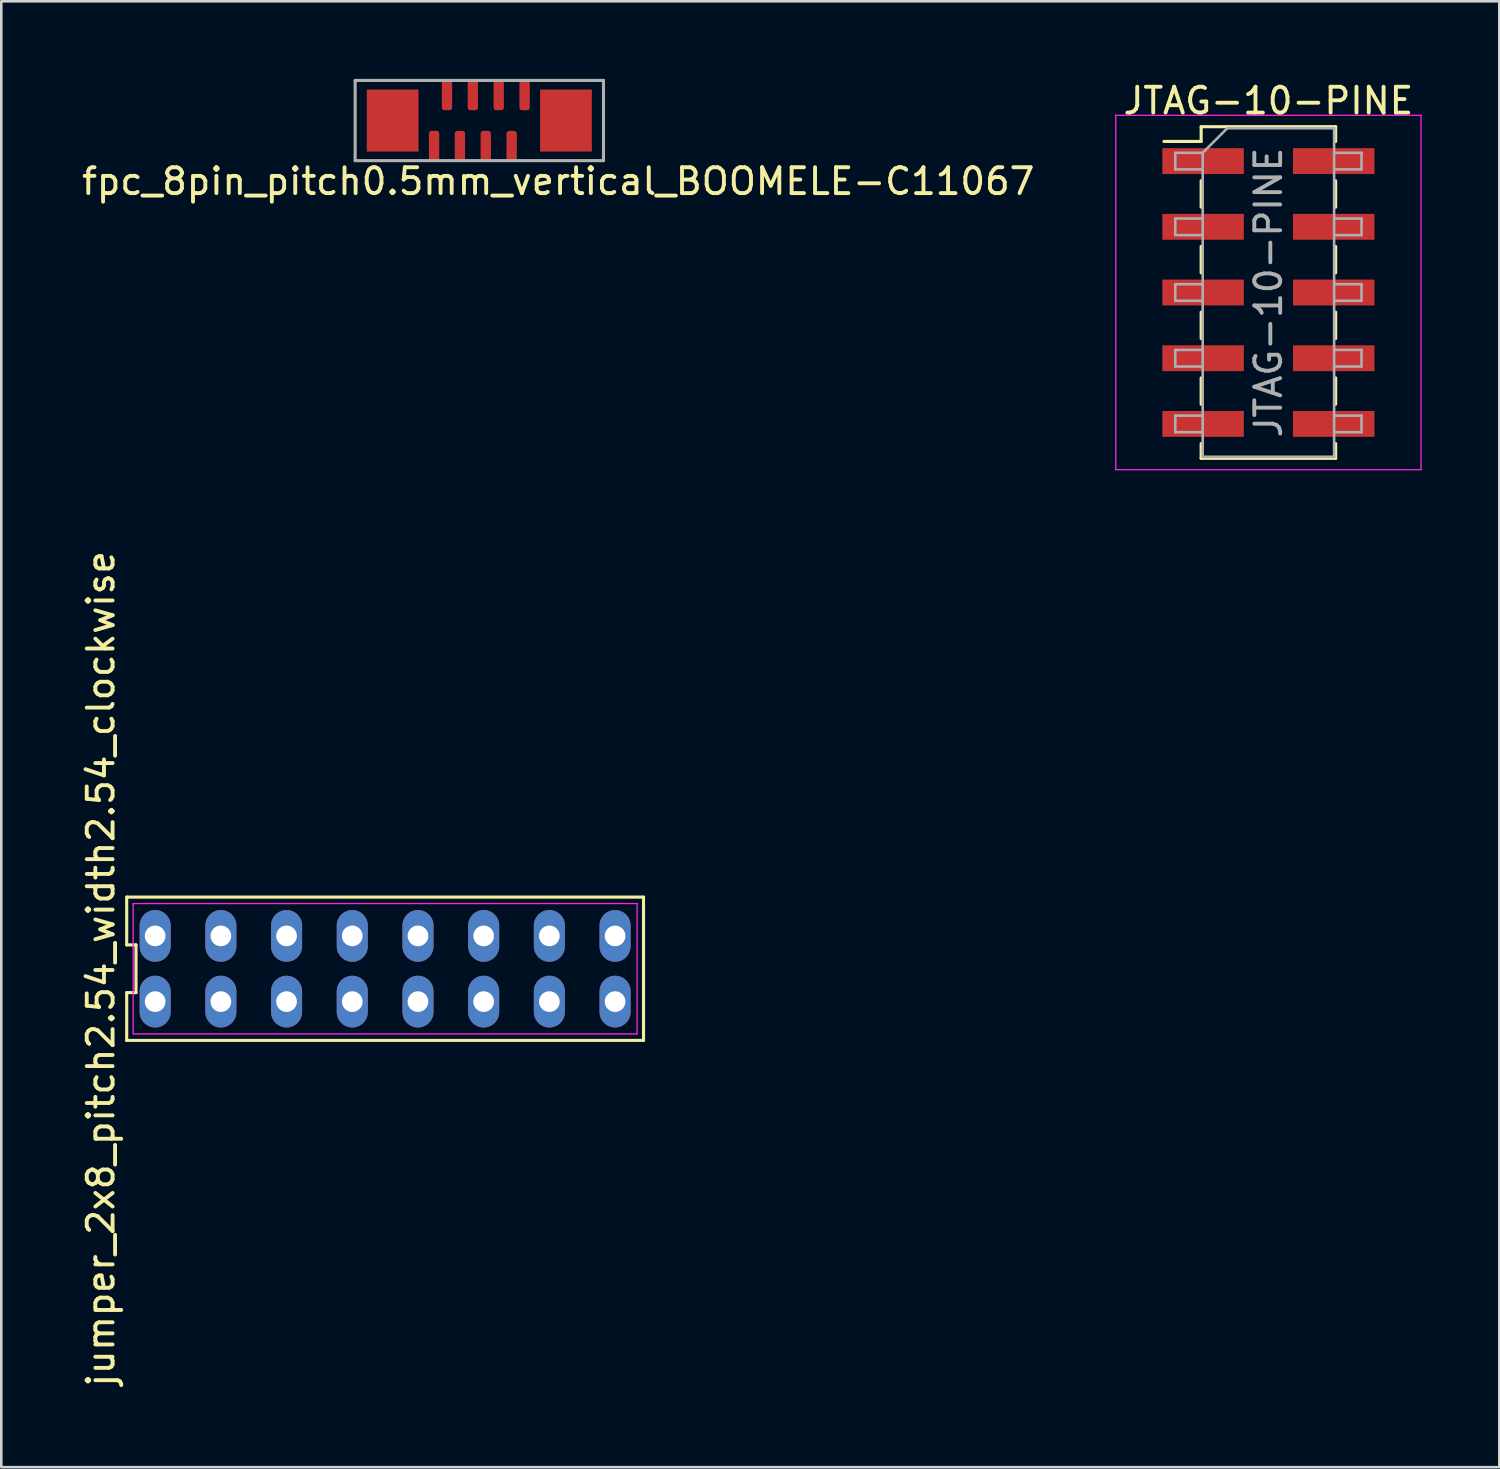
<source format=kicad_pcb>
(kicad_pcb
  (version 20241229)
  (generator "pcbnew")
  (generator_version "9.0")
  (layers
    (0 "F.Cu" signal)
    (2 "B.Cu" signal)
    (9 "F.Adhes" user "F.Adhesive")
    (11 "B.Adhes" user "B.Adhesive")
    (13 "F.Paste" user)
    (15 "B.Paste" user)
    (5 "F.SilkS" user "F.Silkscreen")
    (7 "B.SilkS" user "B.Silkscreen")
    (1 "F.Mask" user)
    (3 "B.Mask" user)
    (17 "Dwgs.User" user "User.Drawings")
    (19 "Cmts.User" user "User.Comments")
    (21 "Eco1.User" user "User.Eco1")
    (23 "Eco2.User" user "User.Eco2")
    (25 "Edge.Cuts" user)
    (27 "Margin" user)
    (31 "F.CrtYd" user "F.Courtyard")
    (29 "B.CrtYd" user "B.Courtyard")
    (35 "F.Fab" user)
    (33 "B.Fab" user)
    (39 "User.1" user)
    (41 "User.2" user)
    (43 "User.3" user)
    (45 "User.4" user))
  (footprint "fpc_8pin_pitch0.5mm_vertical_BOOMELE-C11067"
    (layer "F.Cu")
    (at 15.48 1.66)
    (property "Reference" "fpc_8pin_pitch0.5mm_vertical_BOOMELE-C11067" (at 3.05 2.3 0) (layer "F.SilkS") (effects (font (size 1 1) (thickness 0.15))))
    (attr smd)
    (fp_line (start -4.8 1.5) (end -4.8 -1.6) (stroke (width 0.12) (type solid)) (layer "F.Fab"))
    (fp_line (start 4.8 -1.6) (end -4.8 -1.6) (stroke (width 0.12) (type solid)) (layer "F.Fab"))
    (fp_line (start 4.8 -1.6) (end 4.8 1.5) (stroke (width 0.12) (type solid)) (layer "F.Fab"))
    (fp_line (start 4.8 1.5) (end -4.8 1.5) (stroke (width 0.12) (type solid)) (layer "F.Fab"))
    (pad "" smd rect (at -2.35 -0.05 180) (size 2 2.4) (drill (offset 1 0)) (layers "F.Cu" "F.Mask" "F.Paste"))
    (pad "" smd rect (at 2.35 -0.05) (size 2 2.4) (drill (offset 1 0)) (layers "F.Cu" "F.Mask" "F.Paste"))
    (pad "1" smd roundrect (at -1.75 0.925 180) (size 0.4 1.15) (layers "F.Cu" "F.Mask" "F.Paste") (roundrect_rratio 0.25))
    (pad "2" smd roundrect (at -1.25 -1.025 180) (size 0.4 1.15) (layers "F.Cu" "F.Mask" "F.Paste") (roundrect_rratio 0.25))
    (pad "3" smd roundrect (at -0.75 0.925 180) (size 0.4 1.15) (layers "F.Cu" "F.Mask" "F.Paste") (roundrect_rratio 0.25))
    (pad "4" smd roundrect (at -0.25 -1.025 180) (size 0.4 1.15) (layers "F.Cu" "F.Mask" "F.Paste") (roundrect_rratio 0.25))
    (pad "5" smd roundrect (at 0.25 0.925 180) (size 0.4 1.15) (layers "F.Cu" "F.Mask" "F.Paste") (roundrect_rratio 0.25))
    (pad "6" smd roundrect (at 0.75 -1.025 180) (size 0.4 1.15) (layers "F.Cu" "F.Mask" "F.Paste") (roundrect_rratio 0.25))
    (pad "7" smd roundrect (at 1.25 0.925 180) (size 0.4 1.15) (layers "F.Cu" "F.Mask" "F.Paste") (roundrect_rratio 0.25))
    (pad "8" smd roundrect (at 1.75 -1.025 180) (size 0.4 1.15) (layers "F.Cu" "F.Mask" "F.Paste") (roundrect_rratio 0.25)))
  (footprint "JTAG-10-PINE"
    (layer "F.Cu")
    (at 45.985 8.258)
    (property "Reference" "JTAG-10-PINE" (at 0 -7.41 0) (layer "F.SilkS") (effects (font (size 1 1) (thickness 0.15))))
    (attr smd)
    (fp_line (start -4.04 -5.84) (end -2.6 -5.84) (stroke (width 0.12) (type solid)) (layer "F.SilkS"))
    (fp_line (start -2.6 -6.41) (end -2.6 -5.84) (stroke (width 0.12) (type solid)) (layer "F.SilkS"))
    (fp_line (start -2.6 -6.41) (end 2.6 -6.41) (stroke (width 0.12) (type solid)) (layer "F.SilkS"))
    (fp_line (start -2.6 -4.32) (end -2.6 -3.3) (stroke (width 0.12) (type solid)) (layer "F.SilkS"))
    (fp_line (start -2.6 -1.78) (end -2.6 -0.76) (stroke (width 0.12) (type solid)) (layer "F.SilkS"))
    (fp_line (start -2.6 0.76) (end -2.6 1.78) (stroke (width 0.12) (type solid)) (layer "F.SilkS"))
    (fp_line (start -2.6 3.3) (end -2.6 4.32) (stroke (width 0.12) (type solid)) (layer "F.SilkS"))
    (fp_line (start -2.6 5.84) (end -2.6 6.41) (stroke (width 0.12) (type solid)) (layer "F.SilkS"))
    (fp_line (start -2.6 6.41) (end 2.6 6.41) (stroke (width 0.12) (type solid)) (layer "F.SilkS"))
    (fp_line (start 2.6 -6.41) (end 2.6 -5.84) (stroke (width 0.12) (type solid)) (layer "F.SilkS"))
    (fp_line (start 2.6 -4.32) (end 2.6 -3.3) (stroke (width 0.12) (type solid)) (layer "F.SilkS"))
    (fp_line (start 2.6 -1.78) (end 2.6 -0.76) (stroke (width 0.12) (type solid)) (layer "F.SilkS"))
    (fp_line (start 2.6 0.76) (end 2.6 1.78) (stroke (width 0.12) (type solid)) (layer "F.SilkS"))
    (fp_line (start 2.6 3.3) (end 2.6 4.32) (stroke (width 0.12) (type solid)) (layer "F.SilkS"))
    (fp_line (start 2.6 5.84) (end 2.6 6.41) (stroke (width 0.12) (type solid)) (layer "F.SilkS"))
    (fp_line (start -5.9 -6.85) (end -5.9 6.85) (stroke (width 0.05) (type solid)) (layer "F.CrtYd"))
    (fp_line (start -5.9 6.85) (end 5.9 6.85) (stroke (width 0.05) (type solid)) (layer "F.CrtYd"))
    (fp_line (start 5.9 -6.85) (end -5.9 -6.85) (stroke (width 0.05) (type solid)) (layer "F.CrtYd"))
    (fp_line (start 5.9 6.85) (end 5.9 -6.85) (stroke (width 0.05) (type solid)) (layer "F.CrtYd"))
    (fp_line (start -3.6 -5.4) (end -3.6 -4.76) (stroke (width 0.1) (type solid)) (layer "F.Fab"))
    (fp_line (start -3.6 -4.76) (end -2.54 -4.76) (stroke (width 0.1) (type solid)) (layer "F.Fab"))
    (fp_line (start -3.6 -2.86) (end -3.6 -2.22) (stroke (width 0.1) (type solid)) (layer "F.Fab"))
    (fp_line (start -3.6 -2.22) (end -2.54 -2.22) (stroke (width 0.1) (type solid)) (layer "F.Fab"))
    (fp_line (start -3.6 -0.32) (end -3.6 0.32) (stroke (width 0.1) (type solid)) (layer "F.Fab"))
    (fp_line (start -3.6 0.32) (end -2.54 0.32) (stroke (width 0.1) (type solid)) (layer "F.Fab"))
    (fp_line (start -3.6 2.22) (end -3.6 2.86) (stroke (width 0.1) (type solid)) (layer "F.Fab"))
    (fp_line (start -3.6 2.86) (end -2.54 2.86) (stroke (width 0.1) (type solid)) (layer "F.Fab"))
    (fp_line (start -3.6 4.76) (end -3.6 5.4) (stroke (width 0.1) (type solid)) (layer "F.Fab"))
    (fp_line (start -3.6 5.4) (end -2.54 5.4) (stroke (width 0.1) (type solid)) (layer "F.Fab"))
    (fp_line (start -2.54 -5.4) (end -3.6 -5.4) (stroke (width 0.1) (type solid)) (layer "F.Fab"))
    (fp_line (start -2.54 -5.4) (end -1.59 -6.35) (stroke (width 0.1) (type solid)) (layer "F.Fab"))
    (fp_line (start -2.54 -2.86) (end -3.6 -2.86) (stroke (width 0.1) (type solid)) (layer "F.Fab"))
    (fp_line (start -2.54 -0.32) (end -3.6 -0.32) (stroke (width 0.1) (type solid)) (layer "F.Fab"))
    (fp_line (start -2.54 2.22) (end -3.6 2.22) (stroke (width 0.1) (type solid)) (layer "F.Fab"))
    (fp_line (start -2.54 4.76) (end -3.6 4.76) (stroke (width 0.1) (type solid)) (layer "F.Fab"))
    (fp_line (start -2.54 6.35) (end -2.54 -5.4) (stroke (width 0.1) (type solid)) (layer "F.Fab"))
    (fp_line (start -1.59 -6.35) (end 2.54 -6.35) (stroke (width 0.1) (type solid)) (layer "F.Fab"))
    (fp_line (start 2.54 -6.35) (end 2.54 6.35) (stroke (width 0.1) (type solid)) (layer "F.Fab"))
    (fp_line (start 2.54 -5.4) (end 3.6 -5.4) (stroke (width 0.1) (type solid)) (layer "F.Fab"))
    (fp_line (start 2.54 -2.86) (end 3.6 -2.86) (stroke (width 0.1) (type solid)) (layer "F.Fab"))
    (fp_line (start 2.54 -0.32) (end 3.6 -0.32) (stroke (width 0.1) (type solid)) (layer "F.Fab"))
    (fp_line (start 2.54 2.22) (end 3.6 2.22) (stroke (width 0.1) (type solid)) (layer "F.Fab"))
    (fp_line (start 2.54 4.76) (end 3.6 4.76) (stroke (width 0.1) (type solid)) (layer "F.Fab"))
    (fp_line (start 2.54 6.35) (end -2.54 6.35) (stroke (width 0.1) (type solid)) (layer "F.Fab"))
    (fp_line (start 3.6 -5.4) (end 3.6 -4.76) (stroke (width 0.1) (type solid)) (layer "F.Fab"))
    (fp_line (start 3.6 -4.76) (end 2.54 -4.76) (stroke (width 0.1) (type solid)) (layer "F.Fab"))
    (fp_line (start 3.6 -2.86) (end 3.6 -2.22) (stroke (width 0.1) (type solid)) (layer "F.Fab"))
    (fp_line (start 3.6 -2.22) (end 2.54 -2.22) (stroke (width 0.1) (type solid)) (layer "F.Fab"))
    (fp_line (start 3.6 -0.32) (end 3.6 0.32) (stroke (width 0.1) (type solid)) (layer "F.Fab"))
    (fp_line (start 3.6 0.32) (end 2.54 0.32) (stroke (width 0.1) (type solid)) (layer "F.Fab"))
    (fp_line (start 3.6 2.22) (end 3.6 2.86) (stroke (width 0.1) (type solid)) (layer "F.Fab"))
    (fp_line (start 3.6 2.86) (end 2.54 2.86) (stroke (width 0.1) (type solid)) (layer "F.Fab"))
    (fp_line (start 3.6 4.76) (end 3.6 5.4) (stroke (width 0.1) (type solid)) (layer "F.Fab"))
    (fp_line (start 3.6 5.4) (end 2.54 5.4) (stroke (width 0.1) (type solid)) (layer "F.Fab"))
    (fp_text user "${REFERENCE}" (at 0 0 90) (layer "F.Fab") (effects (font (size 1 1) (thickness 0.15))))
    (pad "1" smd rect (at -2.525 -5.08) (size 3.15 1) (layers "F.Cu" "F.Mask" "F.Paste"))
    (pad "2" smd rect (at -2.525 -2.54) (size 3.15 1) (layers "F.Cu" "F.Mask" "F.Paste"))
    (pad "3" smd rect (at -2.525 0) (size 3.15 1) (layers "F.Cu" "F.Mask" "F.Paste"))
    (pad "4" smd rect (at -2.525 2.54) (size 3.15 1) (layers "F.Cu" "F.Mask" "F.Paste"))
    (pad "5" smd rect (at -2.525 5.08) (size 3.15 1) (layers "F.Cu" "F.Mask" "F.Paste"))
    (pad "6" smd rect (at 2.525 -5.08) (size 3.15 1) (layers "F.Cu" "F.Mask" "F.Paste"))
    (pad "7" smd rect (at 2.525 -2.54) (size 3.15 1) (layers "F.Cu" "F.Mask" "F.Paste"))
    (pad "8" smd rect (at 2.525 0) (size 3.15 1) (layers "F.Cu" "F.Mask" "F.Paste"))
    (pad "9" smd rect (at 2.525 2.54) (size 3.15 1) (layers "F.Cu" "F.Mask" "F.Paste"))
    (pad "10" smd rect (at 2.525 5.08) (size 3.15 1) (layers "F.Cu" "F.Mask" "F.Paste")))
  (footprint "jumper_2x8_pitch2.54_width2.54_clockwise"
    (layer "F.Cu")
    (at 11.838 34.401)
    (property "Reference" "jumper_2x8_pitch2.54_width2.54_clockwise" (at -10.99 0 90) (layer "F.SilkS") (effects (font (size 1 1) (thickness 0.15))))
    (attr through_hole)
    (fp_line (start -9.99 -2.77) (end -9.99 -0.923) (stroke (width 0.12) (type solid)) (layer "F.SilkS"))
    (fp_line (start -9.99 -0.923) (end -9.63 -0.923) (stroke (width 0.12) (type solid)) (layer "F.SilkS"))
    (fp_line (start -9.99 0.923) (end -9.99 2.77) (stroke (width 0.12) (type solid)) (layer "F.SilkS"))
    (fp_line (start -9.99 2.77) (end 9.99 2.77) (stroke (width 0.12) (type solid)) (layer "F.SilkS"))
    (fp_line (start -9.63 -0.923) (end -9.63 0.923) (stroke (width 0.12) (type solid)) (layer "F.SilkS"))
    (fp_line (start -9.63 0.923) (end -9.99 0.923) (stroke (width 0.12) (type solid)) (layer "F.SilkS"))
    (fp_line (start 9.99 -2.77) (end -9.99 -2.77) (stroke (width 0.12) (type solid)) (layer "F.SilkS"))
    (fp_line (start 9.99 2.77) (end 9.99 -2.77) (stroke (width 0.12) (type solid)) (layer "F.SilkS"))
    (fp_line (start -9.74 -2.52) (end 9.74 -2.52) (stroke (width 0.05) (type solid)) (layer "F.CrtYd"))
    (fp_line (start -9.74 2.52) (end -9.74 -2.52) (stroke (width 0.05) (type solid)) (layer "F.CrtYd"))
    (fp_line (start 9.74 -2.52) (end 9.74 2.52) (stroke (width 0.05) (type solid)) (layer "F.CrtYd"))
    (fp_line (start 9.74 2.52) (end -9.74 2.52) (stroke (width 0.05) (type solid)) (layer "F.CrtYd"))
    (pad "1" thru_hole oval (at -8.89 1.27) (size 1.2 2) (drill 0.8) (layers "*.Cu" "*.Mask"))
    (pad "2" thru_hole oval (at -6.35 1.27) (size 1.2 2) (drill 0.8) (layers "*.Cu" "*.Mask"))
    (pad "3" thru_hole oval (at -3.81 1.27) (size 1.2 2) (drill 0.8) (layers "*.Cu" "*.Mask"))
    (pad "4" thru_hole oval (at -1.27 1.27) (size 1.2 2) (drill 0.8) (layers "*.Cu" "*.Mask"))
    (pad "5" thru_hole oval (at 1.27 1.27) (size 1.2 2) (drill 0.8) (layers "*.Cu" "*.Mask"))
    (pad "6" thru_hole oval (at 3.81 1.27) (size 1.2 2) (drill 0.8) (layers "*.Cu" "*.Mask"))
    (pad "7" thru_hole oval (at 6.35 1.27) (size 1.2 2) (drill 0.8) (layers "*.Cu" "*.Mask"))
    (pad "8" thru_hole oval (at 8.89 1.27) (size 1.2 2) (drill 0.8) (layers "*.Cu" "*.Mask"))
    (pad "9" thru_hole oval (at 8.89 -1.27) (size 1.2 2) (drill 0.8) (layers "*.Cu" "*.Mask"))
    (pad "10" thru_hole oval (at 6.35 -1.27) (size 1.2 2) (drill 0.8) (layers "*.Cu" "*.Mask"))
    (pad "11" thru_hole oval (at 3.81 -1.27) (size 1.2 2) (drill 0.8) (layers "*.Cu" "*.Mask"))
    (pad "12" thru_hole oval (at 1.27 -1.27) (size 1.2 2) (drill 0.8) (layers "*.Cu" "*.Mask"))
    (pad "13" thru_hole oval (at -1.27 -1.27) (size 1.2 2) (drill 0.8) (layers "*.Cu" "*.Mask"))
    (pad "14" thru_hole oval (at -3.81 -1.27) (size 1.2 2) (drill 0.8) (layers "*.Cu" "*.Mask"))
    (pad "15" thru_hole oval (at -6.35 -1.27) (size 1.2 2) (drill 0.8) (layers "*.Cu" "*.Mask"))
    (pad "16" thru_hole oval (at -8.89 -1.27) (size 1.2 2) (drill 0.8) (layers "*.Cu" "*.Mask")))
  (gr_rect
    (start -3 -3)
    (end 54.91 53.669)
    (stroke (width 0.1) (type default))
    (fill no)
    (layer "Edge.Cuts")))
</source>
